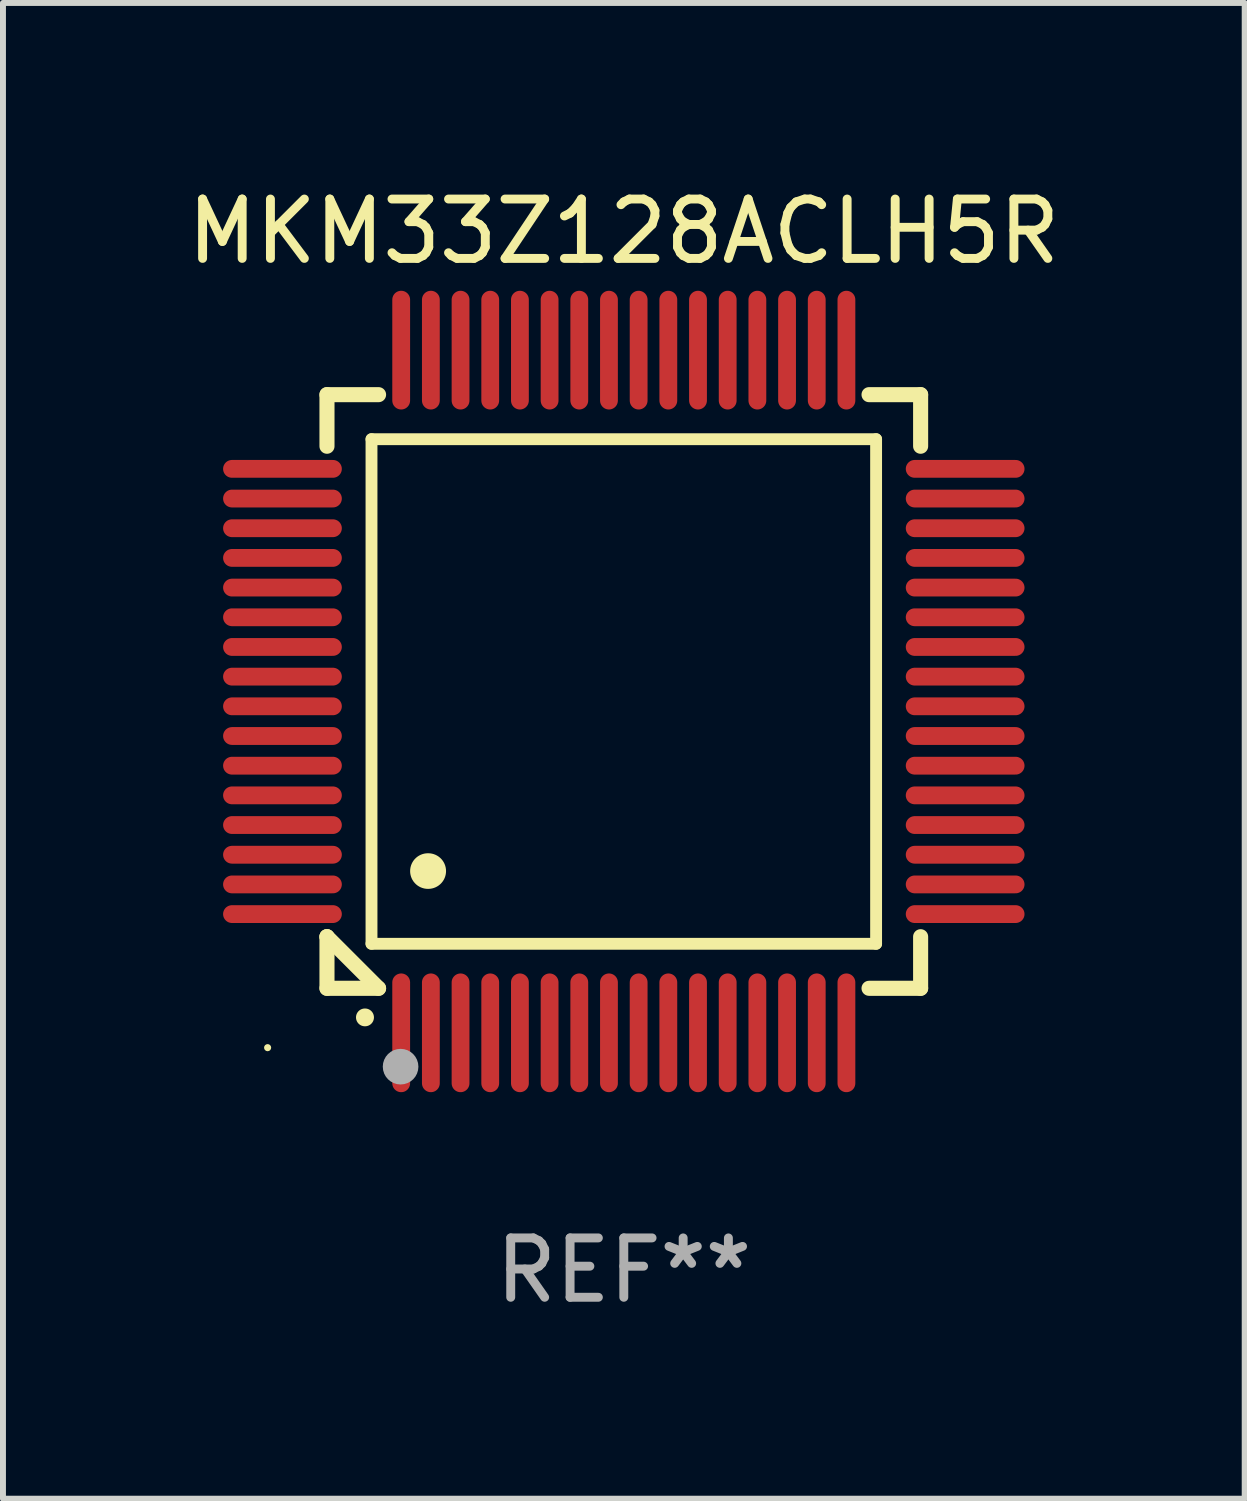
<source format=kicad_pcb>
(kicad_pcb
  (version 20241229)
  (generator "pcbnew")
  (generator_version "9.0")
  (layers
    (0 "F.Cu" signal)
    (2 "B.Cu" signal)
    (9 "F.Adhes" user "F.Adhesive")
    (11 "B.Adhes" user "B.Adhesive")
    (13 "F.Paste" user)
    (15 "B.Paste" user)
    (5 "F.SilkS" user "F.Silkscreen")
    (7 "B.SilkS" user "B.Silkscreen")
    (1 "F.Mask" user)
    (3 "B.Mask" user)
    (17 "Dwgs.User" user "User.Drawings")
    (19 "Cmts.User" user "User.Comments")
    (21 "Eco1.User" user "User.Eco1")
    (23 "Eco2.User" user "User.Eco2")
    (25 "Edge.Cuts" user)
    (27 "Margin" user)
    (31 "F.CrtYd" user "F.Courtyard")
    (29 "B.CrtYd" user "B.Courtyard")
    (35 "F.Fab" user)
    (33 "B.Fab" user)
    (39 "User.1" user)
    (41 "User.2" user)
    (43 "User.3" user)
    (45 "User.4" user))
  (footprint "MKM33Z128ACLH5R"
    (layer "F.Cu")
    (at 7.458 8.598)
    (property "Reference" "MKM33Z128ACLH5R" (at 0 -7.75 0) (layer "F.SilkS") (effects (font (size 1 1) (thickness 0.15))))
    (attr through_hole)
    (fp_line (start -5 -5) (end -4.131 -5) (stroke (width 0.254) (type solid)) (layer "F.SilkS"))
    (fp_line (start -5 -4.131) (end -5 -5) (stroke (width 0.254) (type solid)) (layer "F.SilkS"))
    (fp_line (start -5 4.131) (end -5 4.131) (stroke (width 0.254) (type solid)) (layer "F.SilkS"))
    (fp_line (start -5 5) (end -5 4.131) (stroke (width 0.254) (type solid)) (layer "F.SilkS"))
    (fp_line (start -5 4.131) (end -4.131 5) (stroke (width 0.254) (type solid)) (layer "F.SilkS"))
    (fp_line (start -4.25 -4.25) (end -4.25 4.25) (stroke (width 0.2) (type solid)) (layer "F.SilkS"))
    (fp_line (start -4.25 4.25) (end 4.25 4.25) (stroke (width 0.2) (type solid)) (layer "F.SilkS"))
    (fp_line (start -4.131 5) (end -5 5) (stroke (width 0.254) (type solid)) (layer "F.SilkS"))
    (fp_line (start 4.25 -4.25) (end -4.25 -4.25) (stroke (width 0.2) (type solid)) (layer "F.SilkS"))
    (fp_line (start 4.25 4.25) (end 4.25 -4.25) (stroke (width 0.2) (type solid)) (layer "F.SilkS"))
    (fp_line (start 5 -5) (end 4.131 -5) (stroke (width 0.254) (type solid)) (layer "F.SilkS"))
    (fp_line (start 5 -5) (end 5 -4.131) (stroke (width 0.254) (type solid)) (layer "F.SilkS"))
    (fp_line (start 5 4.131) (end 5 5) (stroke (width 0.254) (type solid)) (layer "F.SilkS"))
    (fp_line (start 5 5) (end 4.131 5) (stroke (width 0.254) (type solid)) (layer "F.SilkS"))
    (fp_arc (start -4.361265 5.489992) (mid -4.359995 5.489987) (end -4.358725 5.489992) (stroke (width 0.3) (type solid)) (layer "F.SilkS"))
    (fp_arc (start -3.299467 3.025146) (mid -3.296927 3.025135) (end -3.294387 3.025146) (stroke (width 0.6) (type solid)) (layer "F.SilkS"))
    (fp_circle (center -6 6) (end -5.97 6) (stroke (width 0.06) (type solid)) (fill no) (layer "F.SilkS"))
    (fp_circle (center -3.76 6.32) (end -3.61 6.32) (stroke (width 0.3) (type solid)) (fill no) (layer "F.Fab"))
    (fp_text user "REF**" (at 0 9.75 0) (layer "F.Fab") (effects (font (size 1 1) (thickness 0.15))))
    (pad "1" smd oval (at -3.75 5.75) (size 0.3 2) (layers "F.Cu" "F.Mask" "F.Paste"))
    (pad "2" smd oval (at -3.25 5.75) (size 0.3 2) (layers "F.Cu" "F.Mask" "F.Paste"))
    (pad "3" smd oval (at -2.75 5.75) (size 0.3 2) (layers "F.Cu" "F.Mask" "F.Paste"))
    (pad "4" smd oval (at -2.25 5.75) (size 0.3 2) (layers "F.Cu" "F.Mask" "F.Paste"))
    (pad "5" smd oval (at -1.75 5.75) (size 0.3 2) (layers "F.Cu" "F.Mask" "F.Paste"))
    (pad "6" smd oval (at -1.25 5.75) (size 0.3 2) (layers "F.Cu" "F.Mask" "F.Paste"))
    (pad "7" smd oval (at -0.75 5.75) (size 0.3 2) (layers "F.Cu" "F.Mask" "F.Paste"))
    (pad "8" smd oval (at -0.25 5.75) (size 0.3 2) (layers "F.Cu" "F.Mask" "F.Paste"))
    (pad "9" smd oval (at 0.25 5.75) (size 0.3 2) (layers "F.Cu" "F.Mask" "F.Paste"))
    (pad "10" smd oval (at 0.75 5.75) (size 0.3 2) (layers "F.Cu" "F.Mask" "F.Paste"))
    (pad "11" smd oval (at 1.25 5.75) (size 0.3 2) (layers "F.Cu" "F.Mask" "F.Paste"))
    (pad "12" smd oval (at 1.75 5.75) (size 0.3 2) (layers "F.Cu" "F.Mask" "F.Paste"))
    (pad "13" smd oval (at 2.25 5.75) (size 0.3 2) (layers "F.Cu" "F.Mask" "F.Paste"))
    (pad "14" smd oval (at 2.75 5.75) (size 0.3 2) (layers "F.Cu" "F.Mask" "F.Paste"))
    (pad "15" smd oval (at 3.25 5.75) (size 0.3 2) (layers "F.Cu" "F.Mask" "F.Paste"))
    (pad "16" smd oval (at 3.75 5.75) (size 0.3 2) (layers "F.Cu" "F.Mask" "F.Paste"))
    (pad "17" smd oval (at 5.75 3.75) (size 2 0.3) (layers "F.Cu" "F.Mask" "F.Paste"))
    (pad "18" smd oval (at 5.75 3.25) (size 2 0.3) (layers "F.Cu" "F.Mask" "F.Paste"))
    (pad "19" smd oval (at 5.75 2.75) (size 2 0.3) (layers "F.Cu" "F.Mask" "F.Paste"))
    (pad "20" smd oval (at 5.75 2.25) (size 2 0.3) (layers "F.Cu" "F.Mask" "F.Paste"))
    (pad "21" smd oval (at 5.75 1.75) (size 2 0.3) (layers "F.Cu" "F.Mask" "F.Paste"))
    (pad "22" smd oval (at 5.75 1.25) (size 2 0.3) (layers "F.Cu" "F.Mask" "F.Paste"))
    (pad "23" smd oval (at 5.75 0.75) (size 2 0.3) (layers "F.Cu" "F.Mask" "F.Paste"))
    (pad "24" smd oval (at 5.75 0.25) (size 2 0.3) (layers "F.Cu" "F.Mask" "F.Paste"))
    (pad "25" smd oval (at 5.75 -0.25) (size 2 0.3) (layers "F.Cu" "F.Mask" "F.Paste"))
    (pad "26" smd oval (at 5.75 -0.75) (size 2 0.3) (layers "F.Cu" "F.Mask" "F.Paste"))
    (pad "27" smd oval (at 5.75 -1.25) (size 2 0.3) (layers "F.Cu" "F.Mask" "F.Paste"))
    (pad "28" smd oval (at 5.75 -1.75) (size 2 0.3) (layers "F.Cu" "F.Mask" "F.Paste"))
    (pad "29" smd oval (at 5.75 -2.25) (size 2 0.3) (layers "F.Cu" "F.Mask" "F.Paste"))
    (pad "30" smd oval (at 5.75 -2.75) (size 2 0.3) (layers "F.Cu" "F.Mask" "F.Paste"))
    (pad "31" smd oval (at 5.75 -3.25) (size 2 0.3) (layers "F.Cu" "F.Mask" "F.Paste"))
    (pad "32" smd oval (at 5.75 -3.75) (size 2 0.3) (layers "F.Cu" "F.Mask" "F.Paste"))
    (pad "33" smd oval (at 3.75 -5.75) (size 0.3 2) (layers "F.Cu" "F.Mask" "F.Paste"))
    (pad "34" smd oval (at 3.25 -5.75) (size 0.3 2) (layers "F.Cu" "F.Mask" "F.Paste"))
    (pad "35" smd oval (at 2.75 -5.75) (size 0.3 2) (layers "F.Cu" "F.Mask" "F.Paste"))
    (pad "36" smd oval (at 2.25 -5.75) (size 0.3 2) (layers "F.Cu" "F.Mask" "F.Paste"))
    (pad "37" smd oval (at 1.75 -5.75) (size 0.3 2) (layers "F.Cu" "F.Mask" "F.Paste"))
    (pad "38" smd oval (at 1.25 -5.75) (size 0.3 2) (layers "F.Cu" "F.Mask" "F.Paste"))
    (pad "39" smd oval (at 0.75 -5.75) (size 0.3 2) (layers "F.Cu" "F.Mask" "F.Paste"))
    (pad "40" smd oval (at 0.25 -5.75) (size 0.3 2) (layers "F.Cu" "F.Mask" "F.Paste"))
    (pad "41" smd oval (at -0.25 -5.75) (size 0.3 2) (layers "F.Cu" "F.Mask" "F.Paste"))
    (pad "42" smd oval (at -0.75 -5.75) (size 0.3 2) (layers "F.Cu" "F.Mask" "F.Paste"))
    (pad "43" smd oval (at -1.25 -5.75) (size 0.3 2) (layers "F.Cu" "F.Mask" "F.Paste"))
    (pad "44" smd oval (at -1.75 -5.75) (size 0.3 2) (layers "F.Cu" "F.Mask" "F.Paste"))
    (pad "45" smd oval (at -2.25 -5.75) (size 0.3 2) (layers "F.Cu" "F.Mask" "F.Paste"))
    (pad "46" smd oval (at -2.75 -5.75) (size 0.3 2) (layers "F.Cu" "F.Mask" "F.Paste"))
    (pad "47" smd oval (at -3.25 -5.75) (size 0.3 2) (layers "F.Cu" "F.Mask" "F.Paste"))
    (pad "48" smd oval (at -3.75 -5.75) (size 0.3 2) (layers "F.Cu" "F.Mask" "F.Paste"))
    (pad "49" smd oval (at -5.75 -3.75) (size 2 0.3) (layers "F.Cu" "F.Mask" "F.Paste"))
    (pad "50" smd oval (at -5.75 -3.25) (size 2 0.3) (layers "F.Cu" "F.Mask" "F.Paste"))
    (pad "51" smd oval (at -5.75 -2.75) (size 2 0.3) (layers "F.Cu" "F.Mask" "F.Paste"))
    (pad "52" smd oval (at -5.75 -2.25) (size 2 0.3) (layers "F.Cu" "F.Mask" "F.Paste"))
    (pad "53" smd oval (at -5.75 -1.75) (size 2 0.3) (layers "F.Cu" "F.Mask" "F.Paste"))
    (pad "54" smd oval (at -5.75 -1.25) (size 2 0.3) (layers "F.Cu" "F.Mask" "F.Paste"))
    (pad "55" smd oval (at -5.75 -0.75) (size 2 0.3) (layers "F.Cu" "F.Mask" "F.Paste"))
    (pad "56" smd oval (at -5.75 -0.25) (size 2 0.3) (layers "F.Cu" "F.Mask" "F.Paste"))
    (pad "57" smd oval (at -5.75 0.25) (size 2 0.3) (layers "F.Cu" "F.Mask" "F.Paste"))
    (pad "58" smd oval (at -5.75 0.75) (size 2 0.3) (layers "F.Cu" "F.Mask" "F.Paste"))
    (pad "59" smd oval (at -5.75 1.25) (size 2 0.3) (layers "F.Cu" "F.Mask" "F.Paste"))
    (pad "60" smd oval (at -5.75 1.75) (size 2 0.3) (layers "F.Cu" "F.Mask" "F.Paste"))
    (pad "61" smd oval (at -5.75 2.25) (size 2 0.3) (layers "F.Cu" "F.Mask" "F.Paste"))
    (pad "62" smd oval (at -5.75 2.75) (size 2 0.3) (layers "F.Cu" "F.Mask" "F.Paste"))
    (pad "63" smd oval (at -5.75 3.25) (size 2 0.3) (layers "F.Cu" "F.Mask" "F.Paste"))
    (pad "64" smd oval (at -5.75 3.75) (size 2 0.3) (layers "F.Cu" "F.Mask" "F.Paste")))
  (gr_rect
    (start -3 -3)
    (end 17.917 22.196)
    (stroke (width 0.1) (type default))
    (fill no)
    (layer "Edge.Cuts")))
</source>
